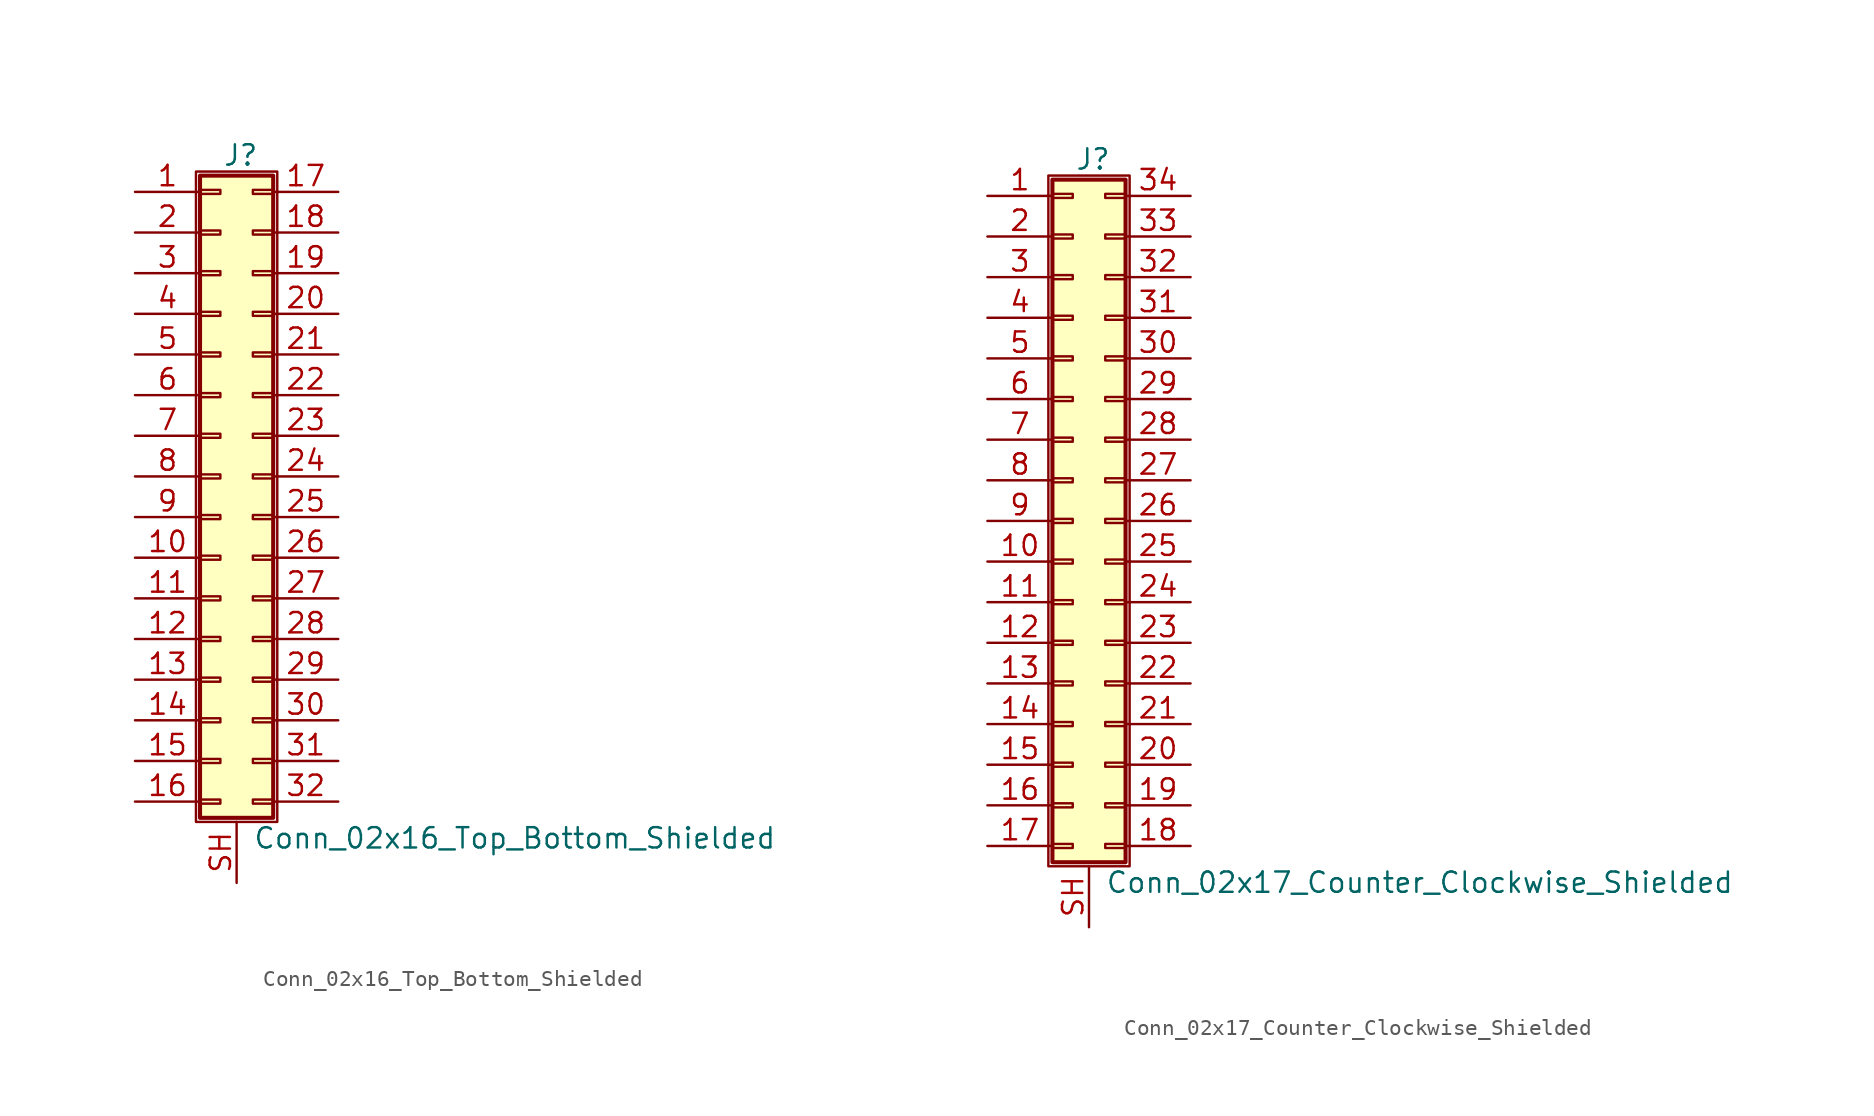
<source format=kicad_sym>
(kicad_symbol_lib
  (version 20201005)
  (generator kicad_symbol_editor)
  (symbol "Conn_02x16_Top_Bottom_Shielded"
    (pin_names
      (offset 1.016) hide)
    (property "Reference" "J"
      (at 1.524 20.066 0)
      (effects (font (size 1.27 1.27))))
    (property "Value" "Conn_02x16_Top_Bottom_Shielded"
      (at 2.286 -22.606 0)
      (effects (font (size 1.27 1.27)) (justify left)))
    (symbol "Conn_02x16_Top_Bottom_Shielded_1_1"
      (rectangle (start -1.27 19.05) (end 3.81 -21.59) (stroke (width 0.152)) (fill (type none)))
      (rectangle (start -1.016 -20.193) (end 0.254 -20.447) (stroke (width 0.152)) (fill (type none)))
      (rectangle (start -1.016 -17.653) (end 0.254 -17.907) (stroke (width 0.152)) (fill (type none)))
      (rectangle (start -1.016 -15.113) (end 0.254 -15.367) (stroke (width 0.152)) (fill (type none)))
      (rectangle (start -1.016 -12.573) (end 0.254 -12.827) (stroke (width 0.152)) (fill (type none)))
      (rectangle (start -1.016 -10.033) (end 0.254 -10.287) (stroke (width 0.152)) (fill (type none)))
      (rectangle (start -1.016 -7.493) (end 0.254 -7.747) (stroke (width 0.152)) (fill (type none)))
      (rectangle (start -1.016 -4.953) (end 0.254 -5.207) (stroke (width 0.152)) (fill (type none)))
      (rectangle (start -1.016 -2.413) (end 0.254 -2.667) (stroke (width 0.152)) (fill (type none)))
      (rectangle (start -1.016 0.127) (end 0.254 -0.127) (stroke (width 0.152)) (fill (type none)))
      (rectangle (start -1.016 2.667) (end 0.254 2.413) (stroke (width 0.152)) (fill (type none)))
      (rectangle (start -1.016 5.207) (end 0.254 4.953) (stroke (width 0.152)) (fill (type none)))
      (rectangle (start -1.016 7.747) (end 0.254 7.493) (stroke (width 0.152)) (fill (type none)))
      (rectangle (start -1.016 10.287) (end 0.254 10.033) (stroke (width 0.152)) (fill (type none)))
      (rectangle (start -1.016 12.827) (end 0.254 12.573) (stroke (width 0.152)) (fill (type none)))
      (rectangle (start -1.016 15.367) (end 0.254 15.113) (stroke (width 0.152)) (fill (type none)))
      (rectangle (start -1.016 17.907) (end 0.254 17.653) (stroke (width 0.152)) (fill (type none)))
      (rectangle (start 3.556 -20.193) (end 2.286 -20.447) (stroke (width 0.152)) (fill (type none)))
      (rectangle (start 3.556 -17.653) (end 2.286 -17.907) (stroke (width 0.152)) (fill (type none)))
      (rectangle (start 3.556 -15.113) (end 2.286 -15.367) (stroke (width 0.152)) (fill (type none)))
      (rectangle (start 3.556 -12.573) (end 2.286 -12.827) (stroke (width 0.152)) (fill (type none)))
      (rectangle (start 3.556 -10.033) (end 2.286 -10.287) (stroke (width 0.152)) (fill (type none)))
      (rectangle (start 3.556 -7.493) (end 2.286 -7.747) (stroke (width 0.152)) (fill (type none)))
      (rectangle (start 3.556 -4.953) (end 2.286 -5.207) (stroke (width 0.152)) (fill (type none)))
      (rectangle (start 3.556 -2.413) (end 2.286 -2.667) (stroke (width 0.152)) (fill (type none)))
      (rectangle (start 3.556 0.127) (end 2.286 -0.127) (stroke (width 0.152)) (fill (type none)))
      (rectangle (start 3.556 2.667) (end 2.286 2.413) (stroke (width 0.152)) (fill (type none)))
      (rectangle (start 3.556 5.207) (end 2.286 4.953) (stroke (width 0.152)) (fill (type none)))
      (rectangle (start 3.556 7.747) (end 2.286 7.493) (stroke (width 0.152)) (fill (type none)))
      (rectangle (start 3.556 10.287) (end 2.286 10.033) (stroke (width 0.152)) (fill (type none)))
      (rectangle (start 3.556 12.827) (end 2.286 12.573) (stroke (width 0.152)) (fill (type none)))
      (rectangle (start 3.556 15.367) (end 2.286 15.113) (stroke (width 0.152)) (fill (type none)))
      (rectangle (start 3.556 17.907) (end 2.286 17.653) (stroke (width 0.152)) (fill (type none)))
      (rectangle (start -1.016 18.796) (end 3.556 -21.336) (stroke (width 0.254)) (fill (type background)))
      (pin passive line (at -5.08 17.78 0) (length 4.064) (name "Pin_1" (effects (font (size 1.27 1.27)))) (number "1" (effects (font (size 1.27 1.27)))))
      (pin passive line (at -5.08 -5.08 0) (length 4.064) (name "Pin_10" (effects (font (size 1.27 1.27)))) (number "10" (effects (font (size 1.27 1.27)))))
      (pin passive line (at -5.08 -7.62 0) (length 4.064) (name "Pin_11" (effects (font (size 1.27 1.27)))) (number "11" (effects (font (size 1.27 1.27)))))
      (pin passive line (at -5.08 -10.16 0) (length 4.064) (name "Pin_12" (effects (font (size 1.27 1.27)))) (number "12" (effects (font (size 1.27 1.27)))))
      (pin passive line (at -5.08 -12.7 0) (length 4.064) (name "Pin_13" (effects (font (size 1.27 1.27)))) (number "13" (effects (font (size 1.27 1.27)))))
      (pin passive line (at -5.08 -15.24 0) (length 4.064) (name "Pin_14" (effects (font (size 1.27 1.27)))) (number "14" (effects (font (size 1.27 1.27)))))
      (pin passive line (at -5.08 -17.78 0) (length 4.064) (name "Pin_15" (effects (font (size 1.27 1.27)))) (number "15" (effects (font (size 1.27 1.27)))))
      (pin passive line (at -5.08 -20.32 0) (length 4.064) (name "Pin_16" (effects (font (size 1.27 1.27)))) (number "16" (effects (font (size 1.27 1.27)))))
      (pin passive line (at 7.62 17.78 180) (length 4.064) (name "Pin_17" (effects (font (size 1.27 1.27)))) (number "17" (effects (font (size 1.27 1.27)))))
      (pin passive line (at 7.62 15.24 180) (length 4.064) (name "Pin_18" (effects (font (size 1.27 1.27)))) (number "18" (effects (font (size 1.27 1.27)))))
      (pin passive line (at 7.62 12.7 180) (length 4.064) (name "Pin_19" (effects (font (size 1.27 1.27)))) (number "19" (effects (font (size 1.27 1.27)))))
      (pin passive line (at -5.08 15.24 0) (length 4.064) (name "Pin_2" (effects (font (size 1.27 1.27)))) (number "2" (effects (font (size 1.27 1.27)))))
      (pin passive line (at 7.62 10.16 180) (length 4.064) (name "Pin_20" (effects (font (size 1.27 1.27)))) (number "20" (effects (font (size 1.27 1.27)))))
      (pin passive line (at 7.62 7.62 180) (length 4.064) (name "Pin_21" (effects (font (size 1.27 1.27)))) (number "21" (effects (font (size 1.27 1.27)))))
      (pin passive line (at 7.62 5.08 180) (length 4.064) (name "Pin_22" (effects (font (size 1.27 1.27)))) (number "22" (effects (font (size 1.27 1.27)))))
      (pin passive line (at 7.62 2.54 180) (length 4.064) (name "Pin_23" (effects (font (size 1.27 1.27)))) (number "23" (effects (font (size 1.27 1.27)))))
      (pin passive line (at 7.62 0 180) (length 4.064) (name "Pin_24" (effects (font (size 1.27 1.27)))) (number "24" (effects (font (size 1.27 1.27)))))
      (pin passive line (at 7.62 -2.54 180) (length 4.064) (name "Pin_25" (effects (font (size 1.27 1.27)))) (number "25" (effects (font (size 1.27 1.27)))))
      (pin passive line (at 7.62 -5.08 180) (length 4.064) (name "Pin_26" (effects (font (size 1.27 1.27)))) (number "26" (effects (font (size 1.27 1.27)))))
      (pin passive line (at 7.62 -7.62 180) (length 4.064) (name "Pin_27" (effects (font (size 1.27 1.27)))) (number "27" (effects (font (size 1.27 1.27)))))
      (pin passive line (at 7.62 -10.16 180) (length 4.064) (name "Pin_28" (effects (font (size 1.27 1.27)))) (number "28" (effects (font (size 1.27 1.27)))))
      (pin passive line (at 7.62 -12.7 180) (length 4.064) (name "Pin_29" (effects (font (size 1.27 1.27)))) (number "29" (effects (font (size 1.27 1.27)))))
      (pin passive line (at -5.08 12.7 0) (length 4.064) (name "Pin_3" (effects (font (size 1.27 1.27)))) (number "3" (effects (font (size 1.27 1.27)))))
      (pin passive line (at 7.62 -15.24 180) (length 4.064) (name "Pin_30" (effects (font (size 1.27 1.27)))) (number "30" (effects (font (size 1.27 1.27)))))
      (pin passive line (at 7.62 -17.78 180) (length 4.064) (name "Pin_31" (effects (font (size 1.27 1.27)))) (number "31" (effects (font (size 1.27 1.27)))))
      (pin passive line (at 7.62 -20.32 180) (length 4.064) (name "Pin_32" (effects (font (size 1.27 1.27)))) (number "32" (effects (font (size 1.27 1.27)))))
      (pin passive line (at -5.08 10.16 0) (length 4.064) (name "Pin_4" (effects (font (size 1.27 1.27)))) (number "4" (effects (font (size 1.27 1.27)))))
      (pin passive line (at -5.08 7.62 0) (length 4.064) (name "Pin_5" (effects (font (size 1.27 1.27)))) (number "5" (effects (font (size 1.27 1.27)))))
      (pin passive line (at -5.08 5.08 0) (length 4.064) (name "Pin_6" (effects (font (size 1.27 1.27)))) (number "6" (effects (font (size 1.27 1.27)))))
      (pin passive line (at -5.08 2.54 0) (length 4.064) (name "Pin_7" (effects (font (size 1.27 1.27)))) (number "7" (effects (font (size 1.27 1.27)))))
      (pin passive line (at -5.08 0 0) (length 4.064) (name "Pin_8" (effects (font (size 1.27 1.27)))) (number "8" (effects (font (size 1.27 1.27)))))
      (pin passive line (at -5.08 -2.54 0) (length 4.064) (name "Pin_9" (effects (font (size 1.27 1.27)))) (number "9" (effects (font (size 1.27 1.27)))))
      (pin passive line (at 1.27 -25.4 90) (length 3.81) (name "Shield" (effects (font (size 1.27 1.27)))) (number "SH" (effects (font (size 1.27 1.27)))))))
  (symbol "Conn_02x17_Counter_Clockwise_Shielded"
    (pin_names
      (offset 1.016) hide)
    (property "Reference" "J"
      (at 1.524 22.606 0)
      (effects (font (size 1.27 1.27))))
    (property "Value" "Conn_02x17_Counter_Clockwise_Shielded"
      (at 2.286 -22.606 0)
      (effects (font (size 1.27 1.27)) (justify left)))
    (symbol "Conn_02x17_Counter_Clockwise_Shielded_1_1"
      (rectangle (start -1.27 21.59) (end 3.81 -21.59) (stroke (width 0.152)) (fill (type none)))
      (rectangle (start -1.016 -20.193) (end 0.254 -20.447) (stroke (width 0.152)) (fill (type none)))
      (rectangle (start -1.016 -17.653) (end 0.254 -17.907) (stroke (width 0.152)) (fill (type none)))
      (rectangle (start -1.016 -15.113) (end 0.254 -15.367) (stroke (width 0.152)) (fill (type none)))
      (rectangle (start -1.016 -12.573) (end 0.254 -12.827) (stroke (width 0.152)) (fill (type none)))
      (rectangle (start -1.016 -10.033) (end 0.254 -10.287) (stroke (width 0.152)) (fill (type none)))
      (rectangle (start -1.016 -7.493) (end 0.254 -7.747) (stroke (width 0.152)) (fill (type none)))
      (rectangle (start -1.016 -4.953) (end 0.254 -5.207) (stroke (width 0.152)) (fill (type none)))
      (rectangle (start -1.016 -2.413) (end 0.254 -2.667) (stroke (width 0.152)) (fill (type none)))
      (rectangle (start -1.016 0.127) (end 0.254 -0.127) (stroke (width 0.152)) (fill (type none)))
      (rectangle (start -1.016 2.667) (end 0.254 2.413) (stroke (width 0.152)) (fill (type none)))
      (rectangle (start -1.016 5.207) (end 0.254 4.953) (stroke (width 0.152)) (fill (type none)))
      (rectangle (start -1.016 7.747) (end 0.254 7.493) (stroke (width 0.152)) (fill (type none)))
      (rectangle (start -1.016 10.287) (end 0.254 10.033) (stroke (width 0.152)) (fill (type none)))
      (rectangle (start -1.016 12.827) (end 0.254 12.573) (stroke (width 0.152)) (fill (type none)))
      (rectangle (start -1.016 15.367) (end 0.254 15.113) (stroke (width 0.152)) (fill (type none)))
      (rectangle (start -1.016 17.907) (end 0.254 17.653) (stroke (width 0.152)) (fill (type none)))
      (rectangle (start -1.016 20.447) (end 0.254 20.193) (stroke (width 0.152)) (fill (type none)))
      (rectangle (start 3.556 -20.193) (end 2.286 -20.447) (stroke (width 0.152)) (fill (type none)))
      (rectangle (start 3.556 -17.653) (end 2.286 -17.907) (stroke (width 0.152)) (fill (type none)))
      (rectangle (start 3.556 -15.113) (end 2.286 -15.367) (stroke (width 0.152)) (fill (type none)))
      (rectangle (start 3.556 -12.573) (end 2.286 -12.827) (stroke (width 0.152)) (fill (type none)))
      (rectangle (start 3.556 -10.033) (end 2.286 -10.287) (stroke (width 0.152)) (fill (type none)))
      (rectangle (start 3.556 -7.493) (end 2.286 -7.747) (stroke (width 0.152)) (fill (type none)))
      (rectangle (start 3.556 -4.953) (end 2.286 -5.207) (stroke (width 0.152)) (fill (type none)))
      (rectangle (start 3.556 -2.413) (end 2.286 -2.667) (stroke (width 0.152)) (fill (type none)))
      (rectangle (start 3.556 0.127) (end 2.286 -0.127) (stroke (width 0.152)) (fill (type none)))
      (rectangle (start 3.556 2.667) (end 2.286 2.413) (stroke (width 0.152)) (fill (type none)))
      (rectangle (start 3.556 5.207) (end 2.286 4.953) (stroke (width 0.152)) (fill (type none)))
      (rectangle (start 3.556 7.747) (end 2.286 7.493) (stroke (width 0.152)) (fill (type none)))
      (rectangle (start 3.556 10.287) (end 2.286 10.033) (stroke (width 0.152)) (fill (type none)))
      (rectangle (start 3.556 12.827) (end 2.286 12.573) (stroke (width 0.152)) (fill (type none)))
      (rectangle (start 3.556 15.367) (end 2.286 15.113) (stroke (width 0.152)) (fill (type none)))
      (rectangle (start 3.556 17.907) (end 2.286 17.653) (stroke (width 0.152)) (fill (type none)))
      (rectangle (start 3.556 20.447) (end 2.286 20.193) (stroke (width 0.152)) (fill (type none)))
      (rectangle (start -1.016 21.336) (end 3.556 -21.336) (stroke (width 0.254)) (fill (type background)))
      (pin passive line (at -5.08 20.32 0) (length 4.064) (name "Pin_1" (effects (font (size 1.27 1.27)))) (number "1" (effects (font (size 1.27 1.27)))))
      (pin passive line (at -5.08 -2.54 0) (length 4.064) (name "Pin_10" (effects (font (size 1.27 1.27)))) (number "10" (effects (font (size 1.27 1.27)))))
      (pin passive line (at -5.08 -5.08 0) (length 4.064) (name "Pin_11" (effects (font (size 1.27 1.27)))) (number "11" (effects (font (size 1.27 1.27)))))
      (pin passive line (at -5.08 -7.62 0) (length 4.064) (name "Pin_12" (effects (font (size 1.27 1.27)))) (number "12" (effects (font (size 1.27 1.27)))))
      (pin passive line (at -5.08 -10.16 0) (length 4.064) (name "Pin_13" (effects (font (size 1.27 1.27)))) (number "13" (effects (font (size 1.27 1.27)))))
      (pin passive line (at -5.08 -12.7 0) (length 4.064) (name "Pin_14" (effects (font (size 1.27 1.27)))) (number "14" (effects (font (size 1.27 1.27)))))
      (pin passive line (at -5.08 -15.24 0) (length 4.064) (name "Pin_15" (effects (font (size 1.27 1.27)))) (number "15" (effects (font (size 1.27 1.27)))))
      (pin passive line (at -5.08 -17.78 0) (length 4.064) (name "Pin_16" (effects (font (size 1.27 1.27)))) (number "16" (effects (font (size 1.27 1.27)))))
      (pin passive line (at -5.08 -20.32 0) (length 4.064) (name "Pin_17" (effects (font (size 1.27 1.27)))) (number "17" (effects (font (size 1.27 1.27)))))
      (pin passive line (at 7.62 -20.32 180) (length 4.064) (name "Pin_18" (effects (font (size 1.27 1.27)))) (number "18" (effects (font (size 1.27 1.27)))))
      (pin passive line (at 7.62 -17.78 180) (length 4.064) (name "Pin_19" (effects (font (size 1.27 1.27)))) (number "19" (effects (font (size 1.27 1.27)))))
      (pin passive line (at -5.08 17.78 0) (length 4.064) (name "Pin_2" (effects (font (size 1.27 1.27)))) (number "2" (effects (font (size 1.27 1.27)))))
      (pin passive line (at 7.62 -15.24 180) (length 4.064) (name "Pin_20" (effects (font (size 1.27 1.27)))) (number "20" (effects (font (size 1.27 1.27)))))
      (pin passive line (at 7.62 -12.7 180) (length 4.064) (name "Pin_21" (effects (font (size 1.27 1.27)))) (number "21" (effects (font (size 1.27 1.27)))))
      (pin passive line (at 7.62 -10.16 180) (length 4.064) (name "Pin_22" (effects (font (size 1.27 1.27)))) (number "22" (effects (font (size 1.27 1.27)))))
      (pin passive line (at 7.62 -7.62 180) (length 4.064) (name "Pin_23" (effects (font (size 1.27 1.27)))) (number "23" (effects (font (size 1.27 1.27)))))
      (pin passive line (at 7.62 -5.08 180) (length 4.064) (name "Pin_24" (effects (font (size 1.27 1.27)))) (number "24" (effects (font (size 1.27 1.27)))))
      (pin passive line (at 7.62 -2.54 180) (length 4.064) (name "Pin_25" (effects (font (size 1.27 1.27)))) (number "25" (effects (font (size 1.27 1.27)))))
      (pin passive line (at 7.62 0 180) (length 4.064) (name "Pin_26" (effects (font (size 1.27 1.27)))) (number "26" (effects (font (size 1.27 1.27)))))
      (pin passive line (at 7.62 2.54 180) (length 4.064) (name "Pin_27" (effects (font (size 1.27 1.27)))) (number "27" (effects (font (size 1.27 1.27)))))
      (pin passive line (at 7.62 5.08 180) (length 4.064) (name "Pin_28" (effects (font (size 1.27 1.27)))) (number "28" (effects (font (size 1.27 1.27)))))
      (pin passive line (at 7.62 7.62 180) (length 4.064) (name "Pin_29" (effects (font (size 1.27 1.27)))) (number "29" (effects (font (size 1.27 1.27)))))
      (pin passive line (at -5.08 15.24 0) (length 4.064) (name "Pin_3" (effects (font (size 1.27 1.27)))) (number "3" (effects (font (size 1.27 1.27)))))
      (pin passive line (at 7.62 10.16 180) (length 4.064) (name "Pin_30" (effects (font (size 1.27 1.27)))) (number "30" (effects (font (size 1.27 1.27)))))
      (pin passive line (at 7.62 12.7 180) (length 4.064) (name "Pin_31" (effects (font (size 1.27 1.27)))) (number "31" (effects (font (size 1.27 1.27)))))
      (pin passive line (at 7.62 15.24 180) (length 4.064) (name "Pin_32" (effects (font (size 1.27 1.27)))) (number "32" (effects (font (size 1.27 1.27)))))
      (pin passive line (at 7.62 17.78 180) (length 4.064) (name "Pin_33" (effects (font (size 1.27 1.27)))) (number "33" (effects (font (size 1.27 1.27)))))
      (pin passive line (at 7.62 20.32 180) (length 4.064) (name "Pin_34" (effects (font (size 1.27 1.27)))) (number "34" (effects (font (size 1.27 1.27)))))
      (pin passive line (at -5.08 12.7 0) (length 4.064) (name "Pin_4" (effects (font (size 1.27 1.27)))) (number "4" (effects (font (size 1.27 1.27)))))
      (pin passive line (at -5.08 10.16 0) (length 4.064) (name "Pin_5" (effects (font (size 1.27 1.27)))) (number "5" (effects (font (size 1.27 1.27)))))
      (pin passive line (at -5.08 7.62 0) (length 4.064) (name "Pin_6" (effects (font (size 1.27 1.27)))) (number "6" (effects (font (size 1.27 1.27)))))
      (pin passive line (at -5.08 5.08 0) (length 4.064) (name "Pin_7" (effects (font (size 1.27 1.27)))) (number "7" (effects (font (size 1.27 1.27)))))
      (pin passive line (at -5.08 2.54 0) (length 4.064) (name "Pin_8" (effects (font (size 1.27 1.27)))) (number "8" (effects (font (size 1.27 1.27)))))
      (pin passive line (at -5.08 0 0) (length 4.064) (name "Pin_9" (effects (font (size 1.27 1.27)))) (number "9" (effects (font (size 1.27 1.27)))))
      (pin passive line (at 1.27 -25.4 90) (length 3.81) (name "Shield" (effects (font (size 1.27 1.27)))) (number "SH" (effects (font (size 1.27 1.27))))))))
</source>
